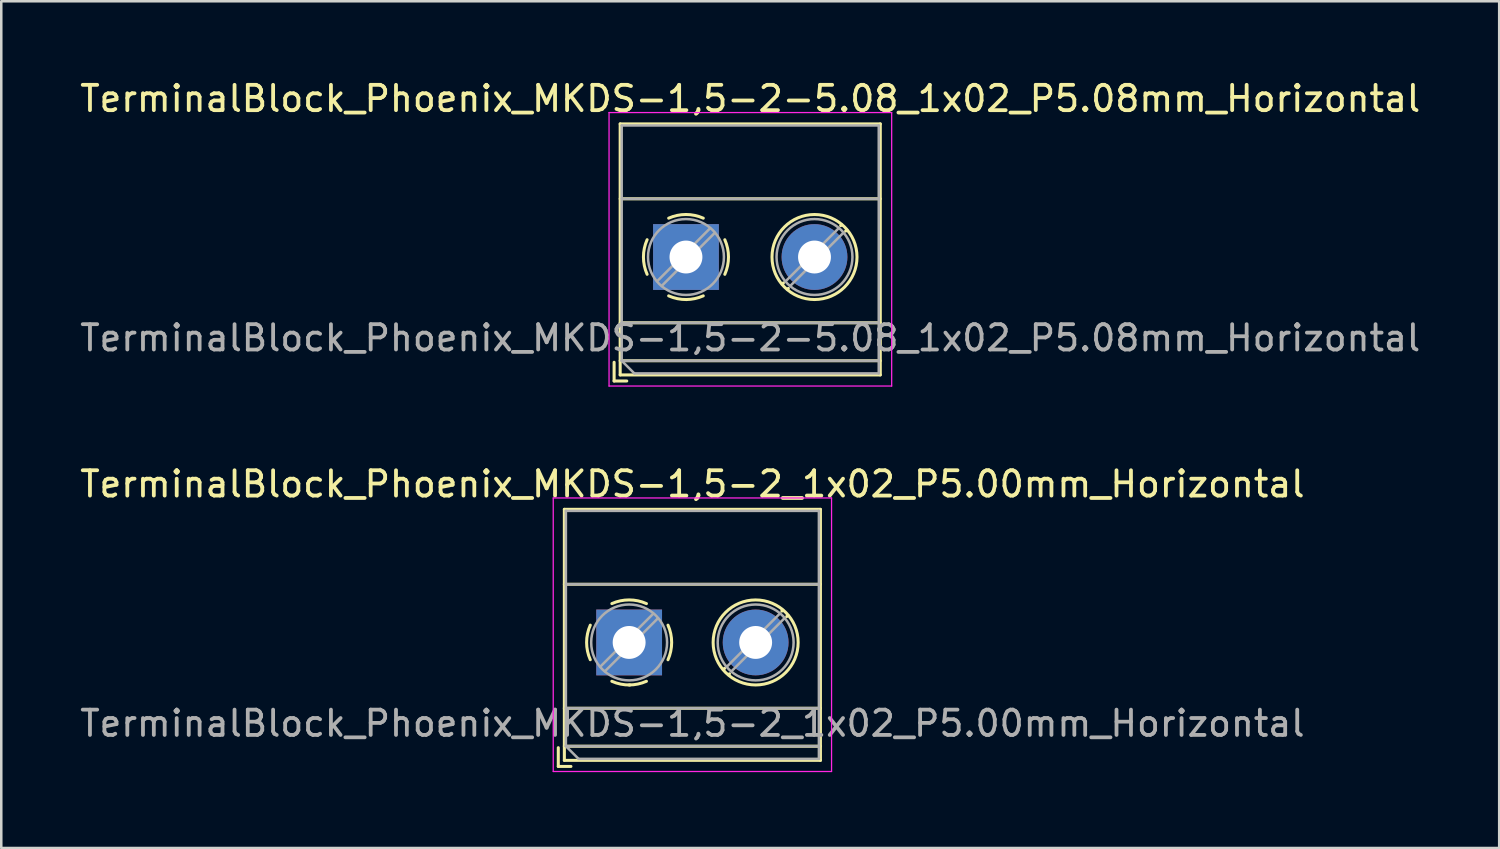
<source format=kicad_pcb>
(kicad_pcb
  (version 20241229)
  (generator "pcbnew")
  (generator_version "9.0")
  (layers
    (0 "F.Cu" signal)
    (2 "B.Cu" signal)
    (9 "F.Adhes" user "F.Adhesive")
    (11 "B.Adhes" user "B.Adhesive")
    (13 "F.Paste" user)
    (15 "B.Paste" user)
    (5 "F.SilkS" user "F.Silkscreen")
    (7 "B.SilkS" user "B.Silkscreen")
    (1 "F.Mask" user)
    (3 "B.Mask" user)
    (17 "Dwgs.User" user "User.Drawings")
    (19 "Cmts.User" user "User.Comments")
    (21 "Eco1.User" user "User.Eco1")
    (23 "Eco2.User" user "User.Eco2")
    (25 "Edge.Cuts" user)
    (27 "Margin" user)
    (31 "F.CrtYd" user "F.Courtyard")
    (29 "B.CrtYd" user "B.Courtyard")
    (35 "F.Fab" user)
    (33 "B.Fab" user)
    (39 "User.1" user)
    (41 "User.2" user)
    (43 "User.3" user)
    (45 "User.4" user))
  (footprint "TerminalBlock_Phoenix_MKDS-1,5-2-5.08_1x02_P5.08mm_Horizontal"
    (layer "F.Cu")
    (at 24.061 7.108)
    (property "Reference" "TerminalBlock_Phoenix_MKDS-1,5-2-5.08_1x02_P5.08mm_Horizontal" (at 2.54 -6.26 0) (layer "F.SilkS") (effects (font (size 1 1) (thickness 0.15))))
    (attr through_hole)
    (fp_line (start -2.84 4.16) (end -2.84 4.9) (stroke (width 0.12) (type solid)) (layer "F.SilkS"))
    (fp_line (start -2.84 4.9) (end -2.34 4.9) (stroke (width 0.12) (type solid)) (layer "F.SilkS"))
    (fp_line (start -2.6 -5.261) (end -2.6 4.66) (stroke (width 0.12) (type solid)) (layer "F.SilkS"))
    (fp_line (start -2.6 -5.261) (end 7.68 -5.261) (stroke (width 0.12) (type solid)) (layer "F.SilkS"))
    (fp_line (start -2.6 -2.301) (end 7.68 -2.301) (stroke (width 0.12) (type solid)) (layer "F.SilkS"))
    (fp_line (start -2.6 2.6) (end 7.68 2.6) (stroke (width 0.12) (type solid)) (layer "F.SilkS"))
    (fp_line (start -2.6 4.1) (end 7.68 4.1) (stroke (width 0.12) (type solid)) (layer "F.SilkS"))
    (fp_line (start -2.6 4.66) (end 7.68 4.66) (stroke (width 0.12) (type solid)) (layer "F.SilkS"))
    (fp_line (start 3.853 1.023) (end 3.806 1.069) (stroke (width 0.12) (type solid)) (layer "F.SilkS"))
    (fp_line (start 4.046 1.239) (end 4.011 1.274) (stroke (width 0.12) (type solid)) (layer "F.SilkS"))
    (fp_line (start 6.15 -1.275) (end 6.115 -1.239) (stroke (width 0.12) (type solid)) (layer "F.SilkS"))
    (fp_line (start 6.355 -1.069) (end 6.308 -1.023) (stroke (width 0.12) (type solid)) (layer "F.SilkS"))
    (fp_line (start 7.68 -5.261) (end 7.68 4.66) (stroke (width 0.12) (type solid)) (layer "F.SilkS"))
    (fp_arc (start -1.535427 0.683042) (mid -1.680501 -0.000524) (end -1.535 -0.684) (stroke (width 0.12) (type solid)) (layer "F.SilkS"))
    (fp_arc (start -0.683042 -1.535427) (mid 0.000524 -1.680501) (end 0.684 -1.535) (stroke (width 0.12) (type solid)) (layer "F.SilkS"))
    (fp_arc (start 0.028805 1.680253) (mid -0.335551 1.646659) (end -0.684 1.535) (stroke (width 0.12) (type solid)) (layer "F.SilkS"))
    (fp_arc (start 0.683318 1.534756) (mid 0.349292 1.643288) (end 0 1.68) (stroke (width 0.12) (type solid)) (layer "F.SilkS"))
    (fp_arc (start 1.535427 -0.683042) (mid 1.680501 0.000524) (end 1.535 0.684) (stroke (width 0.12) (type solid)) (layer "F.SilkS"))
    (fp_circle (center 5.08 0) (end 6.76 0) (stroke (width 0.12) (type solid)) (fill no) (layer "F.SilkS"))
    (fp_line (start -3.04 -5.71) (end -3.04 5.1) (stroke (width 0.05) (type solid)) (layer "F.CrtYd"))
    (fp_line (start -3.04 5.1) (end 8.13 5.1) (stroke (width 0.05) (type solid)) (layer "F.CrtYd"))
    (fp_line (start 8.13 -5.71) (end -3.04 -5.71) (stroke (width 0.05) (type solid)) (layer "F.CrtYd"))
    (fp_line (start 8.13 5.1) (end 8.13 -5.71) (stroke (width 0.05) (type solid)) (layer "F.CrtYd"))
    (fp_line (start -2.54 -5.2) (end 7.62 -5.2) (stroke (width 0.1) (type solid)) (layer "F.Fab"))
    (fp_line (start -2.54 -2.3) (end 7.62 -2.3) (stroke (width 0.1) (type solid)) (layer "F.Fab"))
    (fp_line (start -2.54 2.6) (end 7.62 2.6) (stroke (width 0.1) (type solid)) (layer "F.Fab"))
    (fp_line (start -2.54 4.1) (end -2.54 -5.2) (stroke (width 0.1) (type solid)) (layer "F.Fab"))
    (fp_line (start -2.54 4.1) (end 7.62 4.1) (stroke (width 0.1) (type solid)) (layer "F.Fab"))
    (fp_line (start -2.04 4.6) (end -2.54 4.1) (stroke (width 0.1) (type solid)) (layer "F.Fab"))
    (fp_line (start 0.955 -1.138) (end -1.138 0.955) (stroke (width 0.1) (type solid)) (layer "F.Fab"))
    (fp_line (start 1.138 -0.955) (end -0.955 1.138) (stroke (width 0.1) (type solid)) (layer "F.Fab"))
    (fp_line (start 6.035 -1.138) (end 3.943 0.955) (stroke (width 0.1) (type solid)) (layer "F.Fab"))
    (fp_line (start 6.218 -0.955) (end 4.126 1.138) (stroke (width 0.1) (type solid)) (layer "F.Fab"))
    (fp_line (start 7.62 -5.2) (end 7.62 4.6) (stroke (width 0.1) (type solid)) (layer "F.Fab"))
    (fp_line (start 7.62 4.6) (end -2.04 4.6) (stroke (width 0.1) (type solid)) (layer "F.Fab"))
    (fp_circle (center 0 0) (end 1.5 0) (stroke (width 0.1) (type solid)) (fill no) (layer "F.Fab"))
    (fp_circle (center 5.08 0) (end 6.58 0) (stroke (width 0.1) (type solid)) (fill no) (layer "F.Fab"))
    (fp_text user "${REFERENCE}" (at 2.54 3.2 0) (layer "F.Fab") (effects (font (size 1 1) (thickness 0.15))))
    (pad "1" thru_hole rect (at 0 0) (size 2.6 2.6) (drill 1.3) (layers "*.Cu" "*.Mask"))
    (pad "2" thru_hole circle (at 5.08 0) (size 2.6 2.6) (drill 1.3) (layers "*.Cu" "*.Mask")))
  (footprint "TerminalBlock_Phoenix_MKDS-1,5-2_1x02_P5.00mm_Horizontal"
    (layer "F.Cu")
    (at 21.815 22.341)
    (property "Reference" "TerminalBlock_Phoenix_MKDS-1,5-2_1x02_P5.00mm_Horizontal" (at 2.5 -6.26 0) (layer "F.SilkS") (effects (font (size 1 1) (thickness 0.15))))
    (attr through_hole)
    (fp_line (start -2.8 4.16) (end -2.8 4.9) (stroke (width 0.12) (type solid)) (layer "F.SilkS"))
    (fp_line (start -2.8 4.9) (end -2.3 4.9) (stroke (width 0.12) (type solid)) (layer "F.SilkS"))
    (fp_line (start -2.56 -5.261) (end -2.56 4.66) (stroke (width 0.12) (type solid)) (layer "F.SilkS"))
    (fp_line (start -2.56 -5.261) (end 7.56 -5.261) (stroke (width 0.12) (type solid)) (layer "F.SilkS"))
    (fp_line (start -2.56 -2.301) (end 7.56 -2.301) (stroke (width 0.12) (type solid)) (layer "F.SilkS"))
    (fp_line (start -2.56 2.6) (end 7.56 2.6) (stroke (width 0.12) (type solid)) (layer "F.SilkS"))
    (fp_line (start -2.56 4.1) (end 7.56 4.1) (stroke (width 0.12) (type solid)) (layer "F.SilkS"))
    (fp_line (start -2.56 4.66) (end 7.56 4.66) (stroke (width 0.12) (type solid)) (layer "F.SilkS"))
    (fp_line (start 3.773 1.023) (end 3.726 1.069) (stroke (width 0.12) (type solid)) (layer "F.SilkS"))
    (fp_line (start 3.966 1.239) (end 3.931 1.274) (stroke (width 0.12) (type solid)) (layer "F.SilkS"))
    (fp_line (start 6.07 -1.275) (end 6.035 -1.239) (stroke (width 0.12) (type solid)) (layer "F.SilkS"))
    (fp_line (start 6.275 -1.069) (end 6.228 -1.023) (stroke (width 0.12) (type solid)) (layer "F.SilkS"))
    (fp_line (start 7.56 -5.261) (end 7.56 4.66) (stroke (width 0.12) (type solid)) (layer "F.SilkS"))
    (fp_arc (start -1.535427 0.683042) (mid -1.680501 -0.000524) (end -1.535 -0.684) (stroke (width 0.12) (type solid)) (layer "F.SilkS"))
    (fp_arc (start -0.683042 -1.535427) (mid 0.000524 -1.680501) (end 0.684 -1.535) (stroke (width 0.12) (type solid)) (layer "F.SilkS"))
    (fp_arc (start 0.028805 1.680253) (mid -0.335551 1.646659) (end -0.684 1.535) (stroke (width 0.12) (type solid)) (layer "F.SilkS"))
    (fp_arc (start 0.683318 1.534756) (mid 0.349292 1.643288) (end 0 1.68) (stroke (width 0.12) (type solid)) (layer "F.SilkS"))
    (fp_arc (start 1.535427 -0.683042) (mid 1.680501 0.000524) (end 1.535 0.684) (stroke (width 0.12) (type solid)) (layer "F.SilkS"))
    (fp_circle (center 5 0) (end 6.68 0) (stroke (width 0.12) (type solid)) (fill no) (layer "F.SilkS"))
    (fp_line (start -3 -5.71) (end -3 5.1) (stroke (width 0.05) (type solid)) (layer "F.CrtYd"))
    (fp_line (start -3 5.1) (end 8 5.1) (stroke (width 0.05) (type solid)) (layer "F.CrtYd"))
    (fp_line (start 8 -5.71) (end -3 -5.71) (stroke (width 0.05) (type solid)) (layer "F.CrtYd"))
    (fp_line (start 8 5.1) (end 8 -5.71) (stroke (width 0.05) (type solid)) (layer "F.CrtYd"))
    (fp_line (start -2.5 -5.2) (end 7.5 -5.2) (stroke (width 0.1) (type solid)) (layer "F.Fab"))
    (fp_line (start -2.5 -2.3) (end 7.5 -2.3) (stroke (width 0.1) (type solid)) (layer "F.Fab"))
    (fp_line (start -2.5 2.6) (end 7.5 2.6) (stroke (width 0.1) (type solid)) (layer "F.Fab"))
    (fp_line (start -2.5 4.1) (end -2.5 -5.2) (stroke (width 0.1) (type solid)) (layer "F.Fab"))
    (fp_line (start -2.5 4.1) (end 7.5 4.1) (stroke (width 0.1) (type solid)) (layer "F.Fab"))
    (fp_line (start -2 4.6) (end -2.5 4.1) (stroke (width 0.1) (type solid)) (layer "F.Fab"))
    (fp_line (start 0.955 -1.138) (end -1.138 0.955) (stroke (width 0.1) (type solid)) (layer "F.Fab"))
    (fp_line (start 1.138 -0.955) (end -0.955 1.138) (stroke (width 0.1) (type solid)) (layer "F.Fab"))
    (fp_line (start 5.955 -1.138) (end 3.863 0.955) (stroke (width 0.1) (type solid)) (layer "F.Fab"))
    (fp_line (start 6.138 -0.955) (end 4.046 1.138) (stroke (width 0.1) (type solid)) (layer "F.Fab"))
    (fp_line (start 7.5 -5.2) (end 7.5 4.6) (stroke (width 0.1) (type solid)) (layer "F.Fab"))
    (fp_line (start 7.5 4.6) (end -2 4.6) (stroke (width 0.1) (type solid)) (layer "F.Fab"))
    (fp_circle (center 0 0) (end 1.5 0) (stroke (width 0.1) (type solid)) (fill no) (layer "F.Fab"))
    (fp_circle (center 5 0) (end 6.5 0) (stroke (width 0.1) (type solid)) (fill no) (layer "F.Fab"))
    (fp_text user "${REFERENCE}" (at 2.5 3.2 0) (layer "F.Fab") (effects (font (size 1 1) (thickness 0.15))))
    (pad "1" thru_hole rect (at 0 0) (size 2.6 2.6) (drill 1.3) (layers "*.Cu" "*.Mask"))
    (pad "2" thru_hole circle (at 5 0) (size 2.6 2.6) (drill 1.3) (layers "*.Cu" "*.Mask")))
  (gr_rect
    (start -3 -3)
    (end 56.202 30.466)
    (stroke (width 0.1) (type default))
    (fill no)
    (layer "Edge.Cuts")))
</source>
